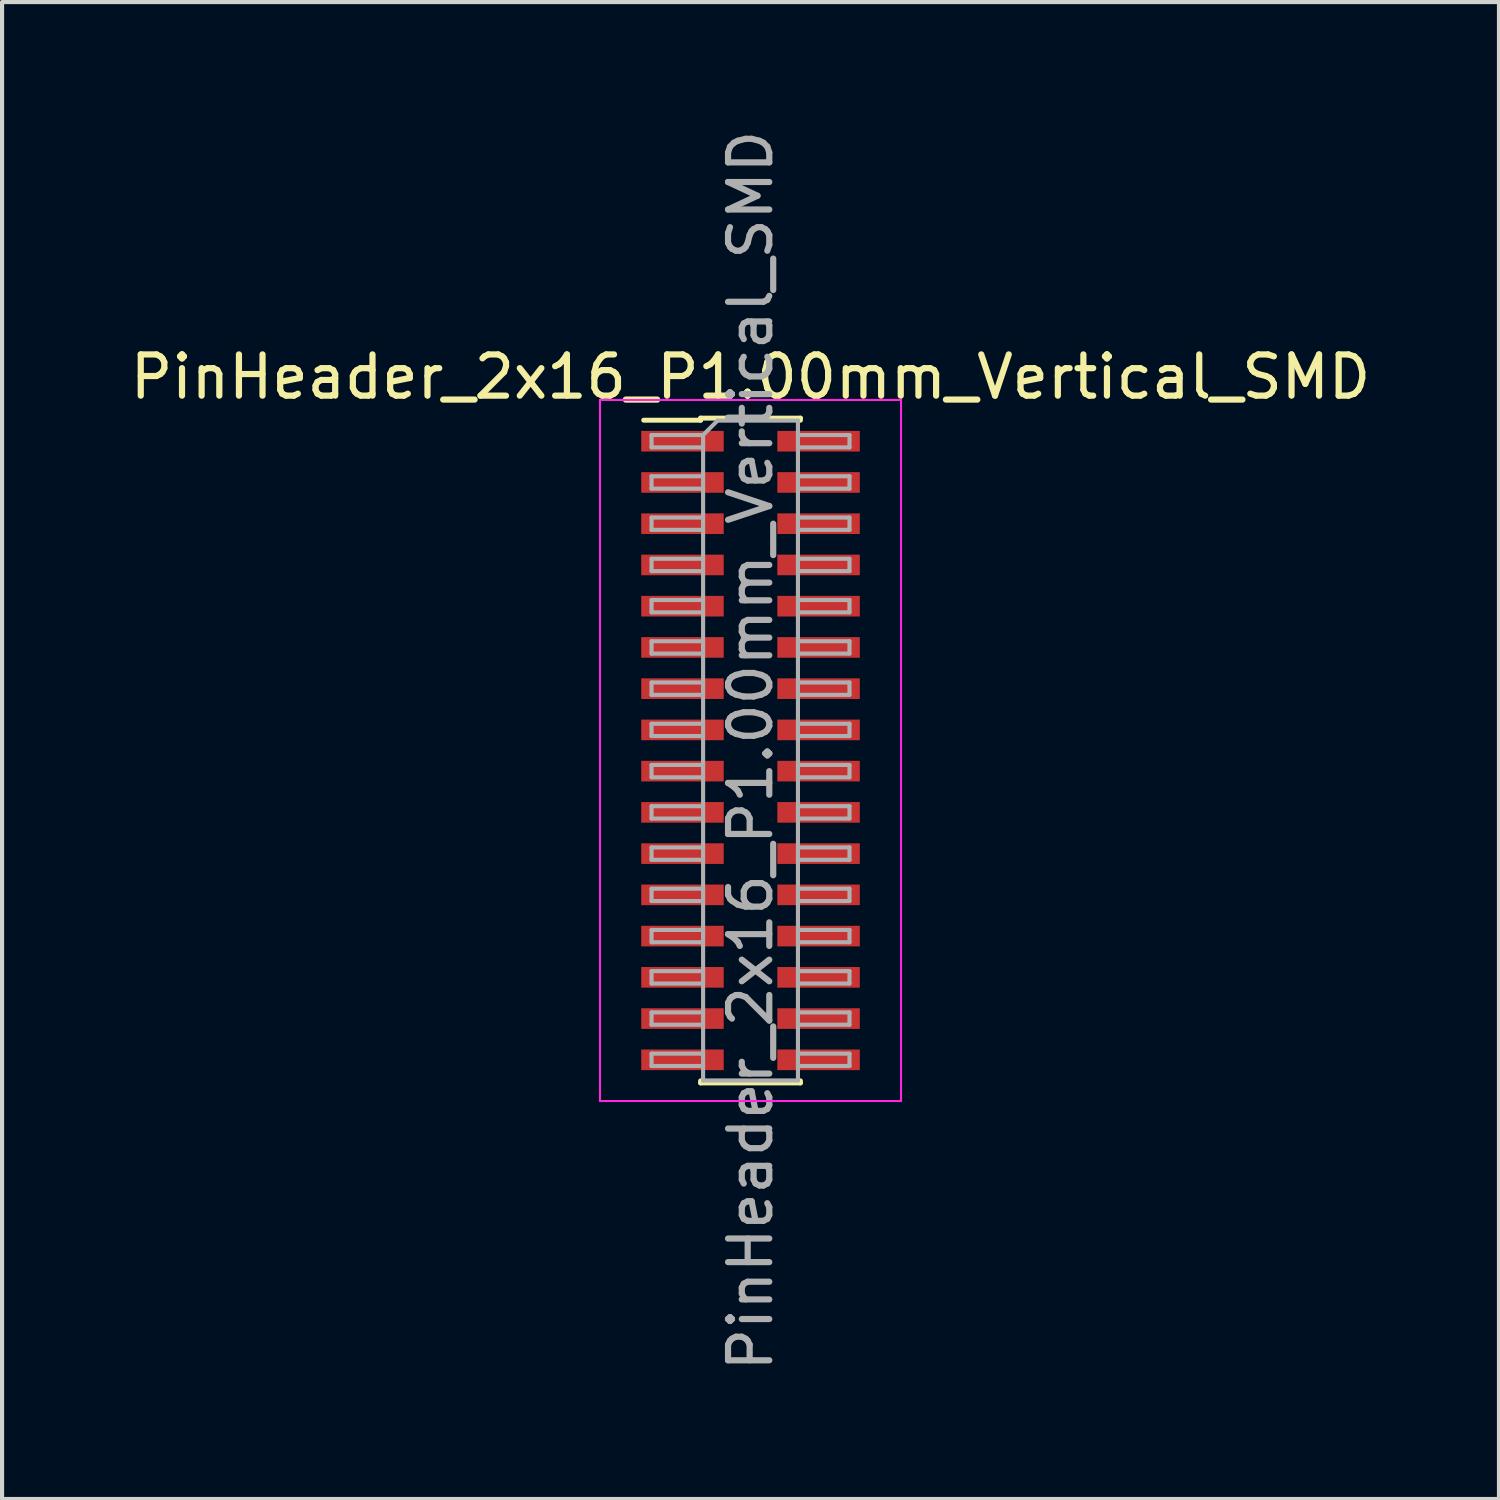
<source format=kicad_pcb>
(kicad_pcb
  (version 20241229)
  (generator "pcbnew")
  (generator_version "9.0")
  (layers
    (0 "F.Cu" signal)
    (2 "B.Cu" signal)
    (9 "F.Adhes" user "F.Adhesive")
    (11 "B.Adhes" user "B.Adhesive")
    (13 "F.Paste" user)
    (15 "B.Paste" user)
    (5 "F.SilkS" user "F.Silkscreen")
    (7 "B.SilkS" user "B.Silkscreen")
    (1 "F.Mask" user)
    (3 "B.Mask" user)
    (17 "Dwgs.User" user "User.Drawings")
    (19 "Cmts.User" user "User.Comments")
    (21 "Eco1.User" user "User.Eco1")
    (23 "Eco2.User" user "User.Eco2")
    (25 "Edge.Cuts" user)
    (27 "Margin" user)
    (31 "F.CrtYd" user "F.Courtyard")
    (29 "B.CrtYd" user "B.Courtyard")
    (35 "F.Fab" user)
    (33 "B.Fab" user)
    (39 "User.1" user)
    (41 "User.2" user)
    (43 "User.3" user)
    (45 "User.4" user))
  (footprint "PinHeader_2x16_P1.00mm_Vertical_SMD"
    (layer "F.Cu")
    (at 15.149 15.149)
    (property "Reference" "PinHeader_2x16_P1.00mm_Vertical_SMD" (at 0 -9.06 0) (layer "F.SilkS") (effects (font (size 1 1) (thickness 0.15))))
    (attr smd)
    (fp_line (start -2.59 -8.01) (end -1.21 -8.01) (stroke (width 0.12) (type solid)) (layer "F.SilkS"))
    (fp_line (start -1.21 -8.06) (end -1.21 -8.01) (stroke (width 0.12) (type solid)) (layer "F.SilkS"))
    (fp_line (start -1.21 -8.06) (end 1.21 -8.06) (stroke (width 0.12) (type solid)) (layer "F.SilkS"))
    (fp_line (start -1.21 8.01) (end -1.21 8.06) (stroke (width 0.12) (type solid)) (layer "F.SilkS"))
    (fp_line (start -1.21 8.06) (end 1.21 8.06) (stroke (width 0.12) (type solid)) (layer "F.SilkS"))
    (fp_line (start 1.21 -8.06) (end 1.21 -8.01) (stroke (width 0.12) (type solid)) (layer "F.SilkS"))
    (fp_line (start 1.21 8.01) (end 1.21 8.06) (stroke (width 0.12) (type solid)) (layer "F.SilkS"))
    (fp_line (start -3.65 -8.5) (end -3.65 8.5) (stroke (width 0.05) (type solid)) (layer "F.CrtYd"))
    (fp_line (start -3.65 8.5) (end 3.65 8.5) (stroke (width 0.05) (type solid)) (layer "F.CrtYd"))
    (fp_line (start 3.65 -8.5) (end -3.65 -8.5) (stroke (width 0.05) (type solid)) (layer "F.CrtYd"))
    (fp_line (start 3.65 8.5) (end 3.65 -8.5) (stroke (width 0.05) (type solid)) (layer "F.CrtYd"))
    (fp_line (start -2.4 -7.65) (end -2.4 -7.35) (stroke (width 0.1) (type solid)) (layer "F.Fab"))
    (fp_line (start -2.4 -7.35) (end -1.15 -7.35) (stroke (width 0.1) (type solid)) (layer "F.Fab"))
    (fp_line (start -2.4 -6.65) (end -2.4 -6.35) (stroke (width 0.1) (type solid)) (layer "F.Fab"))
    (fp_line (start -2.4 -6.35) (end -1.15 -6.35) (stroke (width 0.1) (type solid)) (layer "F.Fab"))
    (fp_line (start -2.4 -5.65) (end -2.4 -5.35) (stroke (width 0.1) (type solid)) (layer "F.Fab"))
    (fp_line (start -2.4 -5.35) (end -1.15 -5.35) (stroke (width 0.1) (type solid)) (layer "F.Fab"))
    (fp_line (start -2.4 -4.65) (end -2.4 -4.35) (stroke (width 0.1) (type solid)) (layer "F.Fab"))
    (fp_line (start -2.4 -4.35) (end -1.15 -4.35) (stroke (width 0.1) (type solid)) (layer "F.Fab"))
    (fp_line (start -2.4 -3.65) (end -2.4 -3.35) (stroke (width 0.1) (type solid)) (layer "F.Fab"))
    (fp_line (start -2.4 -3.35) (end -1.15 -3.35) (stroke (width 0.1) (type solid)) (layer "F.Fab"))
    (fp_line (start -2.4 -2.65) (end -2.4 -2.35) (stroke (width 0.1) (type solid)) (layer "F.Fab"))
    (fp_line (start -2.4 -2.35) (end -1.15 -2.35) (stroke (width 0.1) (type solid)) (layer "F.Fab"))
    (fp_line (start -2.4 -1.65) (end -2.4 -1.35) (stroke (width 0.1) (type solid)) (layer "F.Fab"))
    (fp_line (start -2.4 -1.35) (end -1.15 -1.35) (stroke (width 0.1) (type solid)) (layer "F.Fab"))
    (fp_line (start -2.4 -0.65) (end -2.4 -0.35) (stroke (width 0.1) (type solid)) (layer "F.Fab"))
    (fp_line (start -2.4 -0.35) (end -1.15 -0.35) (stroke (width 0.1) (type solid)) (layer "F.Fab"))
    (fp_line (start -2.4 0.35) (end -2.4 0.65) (stroke (width 0.1) (type solid)) (layer "F.Fab"))
    (fp_line (start -2.4 0.65) (end -1.15 0.65) (stroke (width 0.1) (type solid)) (layer "F.Fab"))
    (fp_line (start -2.4 1.35) (end -2.4 1.65) (stroke (width 0.1) (type solid)) (layer "F.Fab"))
    (fp_line (start -2.4 1.65) (end -1.15 1.65) (stroke (width 0.1) (type solid)) (layer "F.Fab"))
    (fp_line (start -2.4 2.35) (end -2.4 2.65) (stroke (width 0.1) (type solid)) (layer "F.Fab"))
    (fp_line (start -2.4 2.65) (end -1.15 2.65) (stroke (width 0.1) (type solid)) (layer "F.Fab"))
    (fp_line (start -2.4 3.35) (end -2.4 3.65) (stroke (width 0.1) (type solid)) (layer "F.Fab"))
    (fp_line (start -2.4 3.65) (end -1.15 3.65) (stroke (width 0.1) (type solid)) (layer "F.Fab"))
    (fp_line (start -2.4 4.35) (end -2.4 4.65) (stroke (width 0.1) (type solid)) (layer "F.Fab"))
    (fp_line (start -2.4 4.65) (end -1.15 4.65) (stroke (width 0.1) (type solid)) (layer "F.Fab"))
    (fp_line (start -2.4 5.35) (end -2.4 5.65) (stroke (width 0.1) (type solid)) (layer "F.Fab"))
    (fp_line (start -2.4 5.65) (end -1.15 5.65) (stroke (width 0.1) (type solid)) (layer "F.Fab"))
    (fp_line (start -2.4 6.35) (end -2.4 6.65) (stroke (width 0.1) (type solid)) (layer "F.Fab"))
    (fp_line (start -2.4 6.65) (end -1.15 6.65) (stroke (width 0.1) (type solid)) (layer "F.Fab"))
    (fp_line (start -2.4 7.35) (end -2.4 7.65) (stroke (width 0.1) (type solid)) (layer "F.Fab"))
    (fp_line (start -2.4 7.65) (end -1.15 7.65) (stroke (width 0.1) (type solid)) (layer "F.Fab"))
    (fp_line (start -1.15 -7.65) (end -2.4 -7.65) (stroke (width 0.1) (type solid)) (layer "F.Fab"))
    (fp_line (start -1.15 -7.65) (end -0.8 -8) (stroke (width 0.1) (type solid)) (layer "F.Fab"))
    (fp_line (start -1.15 -6.65) (end -2.4 -6.65) (stroke (width 0.1) (type solid)) (layer "F.Fab"))
    (fp_line (start -1.15 -5.65) (end -2.4 -5.65) (stroke (width 0.1) (type solid)) (layer "F.Fab"))
    (fp_line (start -1.15 -4.65) (end -2.4 -4.65) (stroke (width 0.1) (type solid)) (layer "F.Fab"))
    (fp_line (start -1.15 -3.65) (end -2.4 -3.65) (stroke (width 0.1) (type solid)) (layer "F.Fab"))
    (fp_line (start -1.15 -2.65) (end -2.4 -2.65) (stroke (width 0.1) (type solid)) (layer "F.Fab"))
    (fp_line (start -1.15 -1.65) (end -2.4 -1.65) (stroke (width 0.1) (type solid)) (layer "F.Fab"))
    (fp_line (start -1.15 -0.65) (end -2.4 -0.65) (stroke (width 0.1) (type solid)) (layer "F.Fab"))
    (fp_line (start -1.15 0.35) (end -2.4 0.35) (stroke (width 0.1) (type solid)) (layer "F.Fab"))
    (fp_line (start -1.15 1.35) (end -2.4 1.35) (stroke (width 0.1) (type solid)) (layer "F.Fab"))
    (fp_line (start -1.15 2.35) (end -2.4 2.35) (stroke (width 0.1) (type solid)) (layer "F.Fab"))
    (fp_line (start -1.15 3.35) (end -2.4 3.35) (stroke (width 0.1) (type solid)) (layer "F.Fab"))
    (fp_line (start -1.15 4.35) (end -2.4 4.35) (stroke (width 0.1) (type solid)) (layer "F.Fab"))
    (fp_line (start -1.15 5.35) (end -2.4 5.35) (stroke (width 0.1) (type solid)) (layer "F.Fab"))
    (fp_line (start -1.15 6.35) (end -2.4 6.35) (stroke (width 0.1) (type solid)) (layer "F.Fab"))
    (fp_line (start -1.15 7.35) (end -2.4 7.35) (stroke (width 0.1) (type solid)) (layer "F.Fab"))
    (fp_line (start -1.15 8) (end -1.15 -7.65) (stroke (width 0.1) (type solid)) (layer "F.Fab"))
    (fp_line (start -0.8 -8) (end 1.15 -8) (stroke (width 0.1) (type solid)) (layer "F.Fab"))
    (fp_line (start 1.15 -8) (end 1.15 8) (stroke (width 0.1) (type solid)) (layer "F.Fab"))
    (fp_line (start 1.15 -7.65) (end 2.4 -7.65) (stroke (width 0.1) (type solid)) (layer "F.Fab"))
    (fp_line (start 1.15 -6.65) (end 2.4 -6.65) (stroke (width 0.1) (type solid)) (layer "F.Fab"))
    (fp_line (start 1.15 -5.65) (end 2.4 -5.65) (stroke (width 0.1) (type solid)) (layer "F.Fab"))
    (fp_line (start 1.15 -4.65) (end 2.4 -4.65) (stroke (width 0.1) (type solid)) (layer "F.Fab"))
    (fp_line (start 1.15 -3.65) (end 2.4 -3.65) (stroke (width 0.1) (type solid)) (layer "F.Fab"))
    (fp_line (start 1.15 -2.65) (end 2.4 -2.65) (stroke (width 0.1) (type solid)) (layer "F.Fab"))
    (fp_line (start 1.15 -1.65) (end 2.4 -1.65) (stroke (width 0.1) (type solid)) (layer "F.Fab"))
    (fp_line (start 1.15 -0.65) (end 2.4 -0.65) (stroke (width 0.1) (type solid)) (layer "F.Fab"))
    (fp_line (start 1.15 0.35) (end 2.4 0.35) (stroke (width 0.1) (type solid)) (layer "F.Fab"))
    (fp_line (start 1.15 1.35) (end 2.4 1.35) (stroke (width 0.1) (type solid)) (layer "F.Fab"))
    (fp_line (start 1.15 2.35) (end 2.4 2.35) (stroke (width 0.1) (type solid)) (layer "F.Fab"))
    (fp_line (start 1.15 3.35) (end 2.4 3.35) (stroke (width 0.1) (type solid)) (layer "F.Fab"))
    (fp_line (start 1.15 4.35) (end 2.4 4.35) (stroke (width 0.1) (type solid)) (layer "F.Fab"))
    (fp_line (start 1.15 5.35) (end 2.4 5.35) (stroke (width 0.1) (type solid)) (layer "F.Fab"))
    (fp_line (start 1.15 6.35) (end 2.4 6.35) (stroke (width 0.1) (type solid)) (layer "F.Fab"))
    (fp_line (start 1.15 7.35) (end 2.4 7.35) (stroke (width 0.1) (type solid)) (layer "F.Fab"))
    (fp_line (start 1.15 8) (end -1.15 8) (stroke (width 0.1) (type solid)) (layer "F.Fab"))
    (fp_line (start 2.4 -7.65) (end 2.4 -7.35) (stroke (width 0.1) (type solid)) (layer "F.Fab"))
    (fp_line (start 2.4 -7.35) (end 1.15 -7.35) (stroke (width 0.1) (type solid)) (layer "F.Fab"))
    (fp_line (start 2.4 -6.65) (end 2.4 -6.35) (stroke (width 0.1) (type solid)) (layer "F.Fab"))
    (fp_line (start 2.4 -6.35) (end 1.15 -6.35) (stroke (width 0.1) (type solid)) (layer "F.Fab"))
    (fp_line (start 2.4 -5.65) (end 2.4 -5.35) (stroke (width 0.1) (type solid)) (layer "F.Fab"))
    (fp_line (start 2.4 -5.35) (end 1.15 -5.35) (stroke (width 0.1) (type solid)) (layer "F.Fab"))
    (fp_line (start 2.4 -4.65) (end 2.4 -4.35) (stroke (width 0.1) (type solid)) (layer "F.Fab"))
    (fp_line (start 2.4 -4.35) (end 1.15 -4.35) (stroke (width 0.1) (type solid)) (layer "F.Fab"))
    (fp_line (start 2.4 -3.65) (end 2.4 -3.35) (stroke (width 0.1) (type solid)) (layer "F.Fab"))
    (fp_line (start 2.4 -3.35) (end 1.15 -3.35) (stroke (width 0.1) (type solid)) (layer "F.Fab"))
    (fp_line (start 2.4 -2.65) (end 2.4 -2.35) (stroke (width 0.1) (type solid)) (layer "F.Fab"))
    (fp_line (start 2.4 -2.35) (end 1.15 -2.35) (stroke (width 0.1) (type solid)) (layer "F.Fab"))
    (fp_line (start 2.4 -1.65) (end 2.4 -1.35) (stroke (width 0.1) (type solid)) (layer "F.Fab"))
    (fp_line (start 2.4 -1.35) (end 1.15 -1.35) (stroke (width 0.1) (type solid)) (layer "F.Fab"))
    (fp_line (start 2.4 -0.65) (end 2.4 -0.35) (stroke (width 0.1) (type solid)) (layer "F.Fab"))
    (fp_line (start 2.4 -0.35) (end 1.15 -0.35) (stroke (width 0.1) (type solid)) (layer "F.Fab"))
    (fp_line (start 2.4 0.35) (end 2.4 0.65) (stroke (width 0.1) (type solid)) (layer "F.Fab"))
    (fp_line (start 2.4 0.65) (end 1.15 0.65) (stroke (width 0.1) (type solid)) (layer "F.Fab"))
    (fp_line (start 2.4 1.35) (end 2.4 1.65) (stroke (width 0.1) (type solid)) (layer "F.Fab"))
    (fp_line (start 2.4 1.65) (end 1.15 1.65) (stroke (width 0.1) (type solid)) (layer "F.Fab"))
    (fp_line (start 2.4 2.35) (end 2.4 2.65) (stroke (width 0.1) (type solid)) (layer "F.Fab"))
    (fp_line (start 2.4 2.65) (end 1.15 2.65) (stroke (width 0.1) (type solid)) (layer "F.Fab"))
    (fp_line (start 2.4 3.35) (end 2.4 3.65) (stroke (width 0.1) (type solid)) (layer "F.Fab"))
    (fp_line (start 2.4 3.65) (end 1.15 3.65) (stroke (width 0.1) (type solid)) (layer "F.Fab"))
    (fp_line (start 2.4 4.35) (end 2.4 4.65) (stroke (width 0.1) (type solid)) (layer "F.Fab"))
    (fp_line (start 2.4 4.65) (end 1.15 4.65) (stroke (width 0.1) (type solid)) (layer "F.Fab"))
    (fp_line (start 2.4 5.35) (end 2.4 5.65) (stroke (width 0.1) (type solid)) (layer "F.Fab"))
    (fp_line (start 2.4 5.65) (end 1.15 5.65) (stroke (width 0.1) (type solid)) (layer "F.Fab"))
    (fp_line (start 2.4 6.35) (end 2.4 6.65) (stroke (width 0.1) (type solid)) (layer "F.Fab"))
    (fp_line (start 2.4 6.65) (end 1.15 6.65) (stroke (width 0.1) (type solid)) (layer "F.Fab"))
    (fp_line (start 2.4 7.35) (end 2.4 7.65) (stroke (width 0.1) (type solid)) (layer "F.Fab"))
    (fp_line (start 2.4 7.65) (end 1.15 7.65) (stroke (width 0.1) (type solid)) (layer "F.Fab"))
    (fp_text user "${REFERENCE}" (at 0 0 90) (layer "F.Fab") (effects (font (size 1 1) (thickness 0.15))))
    (pad "1" smd rect (at -1.65 -7.5) (size 2 0.5) (layers "F.Cu" "F.Mask" "F.Paste"))
    (pad "2" smd rect (at 1.65 -7.5) (size 2 0.5) (layers "F.Cu" "F.Mask" "F.Paste"))
    (pad "3" smd rect (at -1.65 -6.5) (size 2 0.5) (layers "F.Cu" "F.Mask" "F.Paste"))
    (pad "4" smd rect (at 1.65 -6.5) (size 2 0.5) (layers "F.Cu" "F.Mask" "F.Paste"))
    (pad "5" smd rect (at -1.65 -5.5) (size 2 0.5) (layers "F.Cu" "F.Mask" "F.Paste"))
    (pad "6" smd rect (at 1.65 -5.5) (size 2 0.5) (layers "F.Cu" "F.Mask" "F.Paste"))
    (pad "7" smd rect (at -1.65 -4.5) (size 2 0.5) (layers "F.Cu" "F.Mask" "F.Paste"))
    (pad "8" smd rect (at 1.65 -4.5) (size 2 0.5) (layers "F.Cu" "F.Mask" "F.Paste"))
    (pad "9" smd rect (at -1.65 -3.5) (size 2 0.5) (layers "F.Cu" "F.Mask" "F.Paste"))
    (pad "10" smd rect (at 1.65 -3.5) (size 2 0.5) (layers "F.Cu" "F.Mask" "F.Paste"))
    (pad "11" smd rect (at -1.65 -2.5) (size 2 0.5) (layers "F.Cu" "F.Mask" "F.Paste"))
    (pad "12" smd rect (at 1.65 -2.5) (size 2 0.5) (layers "F.Cu" "F.Mask" "F.Paste"))
    (pad "13" smd rect (at -1.65 -1.5) (size 2 0.5) (layers "F.Cu" "F.Mask" "F.Paste"))
    (pad "14" smd rect (at 1.65 -1.5) (size 2 0.5) (layers "F.Cu" "F.Mask" "F.Paste"))
    (pad "15" smd rect (at -1.65 -0.5) (size 2 0.5) (layers "F.Cu" "F.Mask" "F.Paste"))
    (pad "16" smd rect (at 1.65 -0.5) (size 2 0.5) (layers "F.Cu" "F.Mask" "F.Paste"))
    (pad "17" smd rect (at -1.65 0.5) (size 2 0.5) (layers "F.Cu" "F.Mask" "F.Paste"))
    (pad "18" smd rect (at 1.65 0.5) (size 2 0.5) (layers "F.Cu" "F.Mask" "F.Paste"))
    (pad "19" smd rect (at -1.65 1.5) (size 2 0.5) (layers "F.Cu" "F.Mask" "F.Paste"))
    (pad "20" smd rect (at 1.65 1.5) (size 2 0.5) (layers "F.Cu" "F.Mask" "F.Paste"))
    (pad "21" smd rect (at -1.65 2.5) (size 2 0.5) (layers "F.Cu" "F.Mask" "F.Paste"))
    (pad "22" smd rect (at 1.65 2.5) (size 2 0.5) (layers "F.Cu" "F.Mask" "F.Paste"))
    (pad "23" smd rect (at -1.65 3.5) (size 2 0.5) (layers "F.Cu" "F.Mask" "F.Paste"))
    (pad "24" smd rect (at 1.65 3.5) (size 2 0.5) (layers "F.Cu" "F.Mask" "F.Paste"))
    (pad "25" smd rect (at -1.65 4.5) (size 2 0.5) (layers "F.Cu" "F.Mask" "F.Paste"))
    (pad "26" smd rect (at 1.65 4.5) (size 2 0.5) (layers "F.Cu" "F.Mask" "F.Paste"))
    (pad "27" smd rect (at -1.65 5.5) (size 2 0.5) (layers "F.Cu" "F.Mask" "F.Paste"))
    (pad "28" smd rect (at 1.65 5.5) (size 2 0.5) (layers "F.Cu" "F.Mask" "F.Paste"))
    (pad "29" smd rect (at -1.65 6.5) (size 2 0.5) (layers "F.Cu" "F.Mask" "F.Paste"))
    (pad "30" smd rect (at 1.65 6.5) (size 2 0.5) (layers "F.Cu" "F.Mask" "F.Paste"))
    (pad "31" smd rect (at -1.65 7.5) (size 2 0.5) (layers "F.Cu" "F.Mask" "F.Paste"))
    (pad "32" smd rect (at 1.65 7.5) (size 2 0.5) (layers "F.Cu" "F.Mask" "F.Paste")))
  (gr_rect
    (start -3 -3)
    (end 33.298 33.298)
    (stroke (width 0.1) (type default))
    (fill no)
    (layer "Edge.Cuts")))
</source>
